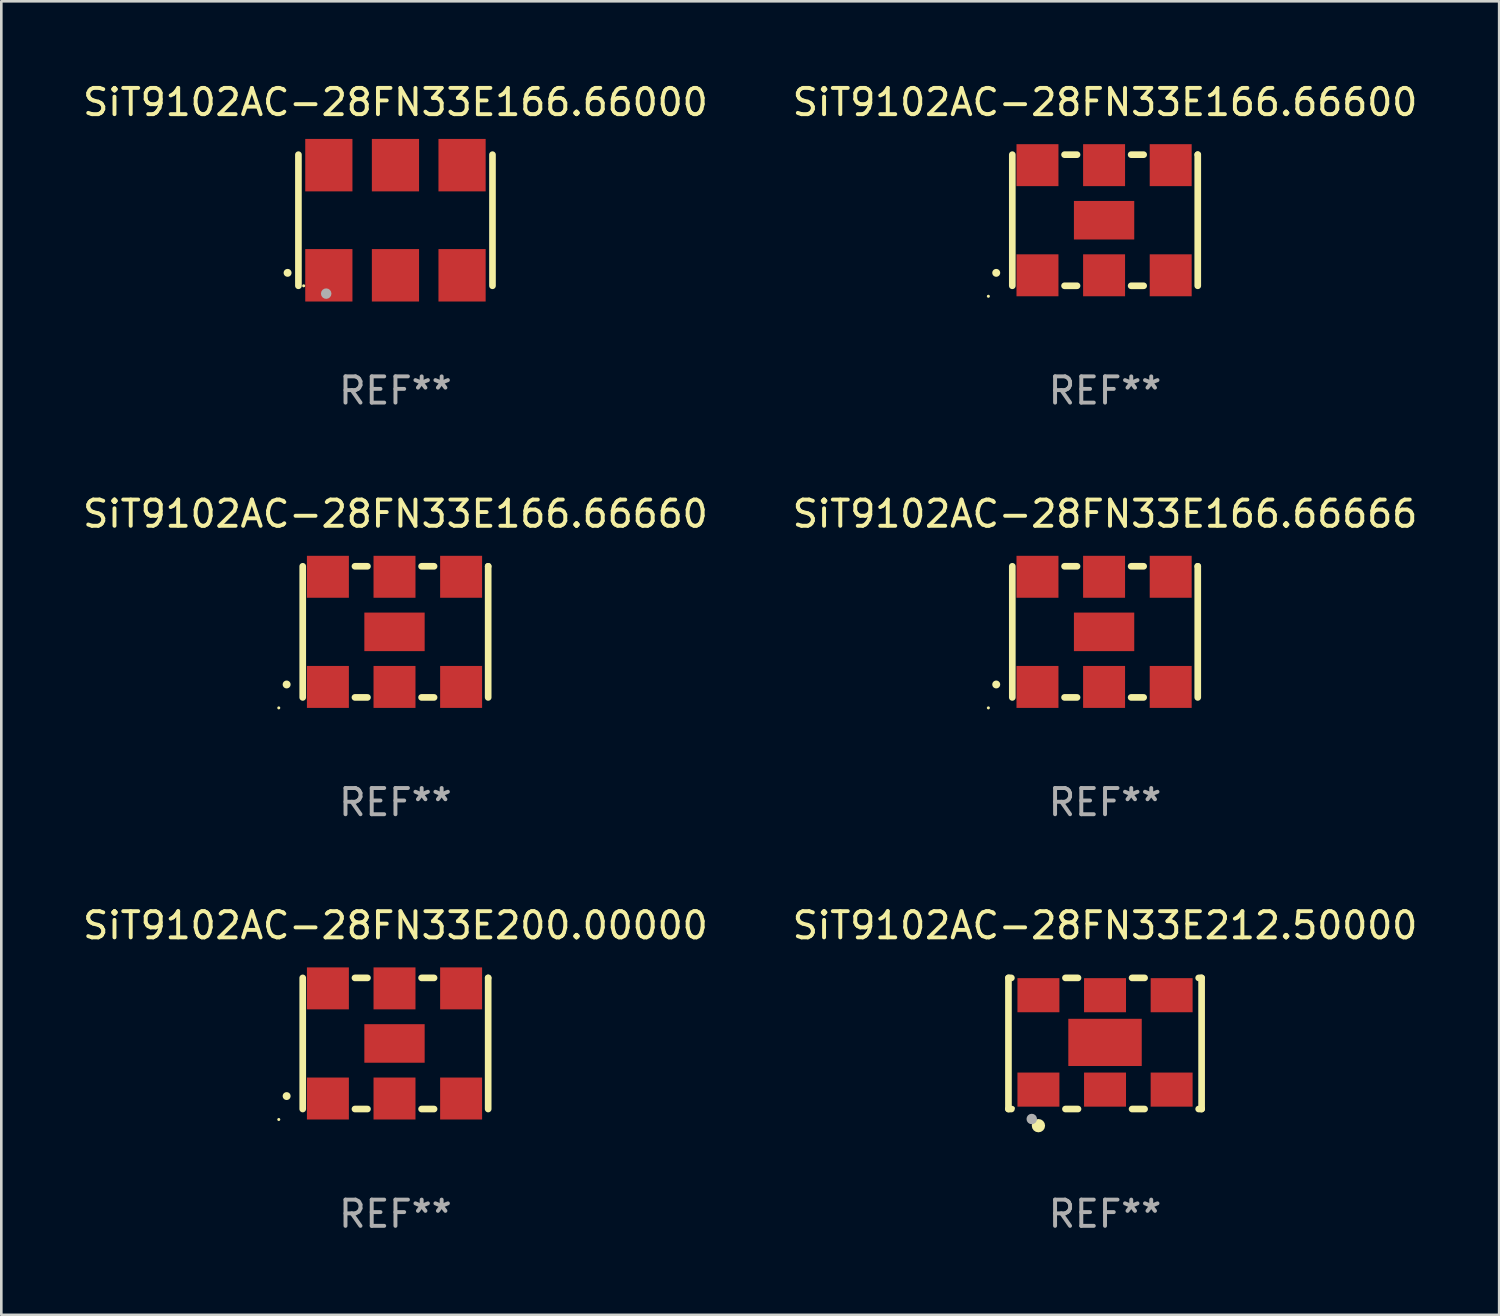
<source format=kicad_pcb>
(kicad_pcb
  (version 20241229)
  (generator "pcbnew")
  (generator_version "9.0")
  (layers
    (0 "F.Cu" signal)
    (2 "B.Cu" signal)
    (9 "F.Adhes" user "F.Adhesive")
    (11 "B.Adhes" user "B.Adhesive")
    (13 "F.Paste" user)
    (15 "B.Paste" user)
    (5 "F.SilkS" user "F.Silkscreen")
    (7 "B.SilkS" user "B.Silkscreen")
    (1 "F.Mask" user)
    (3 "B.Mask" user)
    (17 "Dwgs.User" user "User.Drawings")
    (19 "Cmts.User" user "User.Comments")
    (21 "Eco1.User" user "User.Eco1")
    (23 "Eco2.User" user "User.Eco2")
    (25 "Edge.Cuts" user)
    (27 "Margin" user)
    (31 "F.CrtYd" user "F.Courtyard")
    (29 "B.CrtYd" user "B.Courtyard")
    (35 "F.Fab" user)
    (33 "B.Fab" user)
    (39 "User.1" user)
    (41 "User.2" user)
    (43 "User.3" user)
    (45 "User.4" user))
  (footprint "SiT9102AC-28FN33E200.00000"
    (layer "F.Cu")
    (at 12.03 36.741)
    (property "Reference" "SiT9102AC-28FN33E200.00000" (at 0 -4.5 0) (layer "F.SilkS") (effects (font (size 1 1) (thickness 0.15))))
    (attr through_hole)
    (fp_line (start -3.536 -2.5) (end -3.536 2.5) (stroke (width 0.254) (type solid)) (layer "F.SilkS"))
    (fp_line (start -1.544 2.5) (end -1.067 2.5) (stroke (width 0.254) (type solid)) (layer "F.SilkS"))
    (fp_line (start -1.067 -2.5) (end -1.544 -2.5) (stroke (width 0.254) (type solid)) (layer "F.SilkS"))
    (fp_line (start 0.996 2.5) (end 1.473 2.5) (stroke (width 0.254) (type solid)) (layer "F.SilkS"))
    (fp_line (start 1.473 -2.5) (end 0.996 -2.5) (stroke (width 0.254) (type solid)) (layer "F.SilkS"))
    (fp_line (start 3.536 -2.5) (end 3.536 -2.5) (stroke (width 0.254) (type solid)) (layer "F.SilkS"))
    (fp_line (start 3.536 2.5) (end 3.536 -2.5) (stroke (width 0.254) (type solid)) (layer "F.SilkS"))
    (fp_arc (start -4.150432 2.006604) (mid -4.149162 2.006599) (end -4.147892 2.006604) (stroke (width 0.3) (type solid)) (layer "F.SilkS"))
    (fp_circle (center -4.449 2.9) (end -4.419 2.9) (stroke (width 0.06) (type solid)) (fill no) (layer "F.SilkS"))
    (fp_text user "REF**" (at 0 6.5 0) (layer "F.Fab") (effects (font (size 1 1) (thickness 0.15))))
    (pad "1" smd rect (at -2.576 2.1) (size 1.6 1.6) (layers "F.Cu" "F.Mask" "F.Paste"))
    (pad "2" smd rect (at -0.036 2.1) (size 1.6 1.6) (layers "F.Cu" "F.Mask" "F.Paste"))
    (pad "3" smd rect (at 2.504 2.1) (size 1.6 1.6) (layers "F.Cu" "F.Mask" "F.Paste"))
    (pad "4" smd rect (at 2.504 -2.1) (size 1.6 1.6) (layers "F.Cu" "F.Mask" "F.Paste"))
    (pad "5" smd rect (at -0.036 -2.1) (size 1.6 1.6) (layers "F.Cu" "F.Mask" "F.Paste"))
    (pad "6" smd rect (at -2.576 -2.1) (size 1.6 1.6) (layers "F.Cu" "F.Mask" "F.Paste"))
    (pad "7" smd rect (at -0.036 0) (size 2.3 1.47) (layers "F.Cu" "F.Mask" "F.Paste")))
  (footprint "SiT9102AC-28FN33E166.66660"
    (layer "F.Cu")
    (at 12.03 21.045)
    (property "Reference" "SiT9102AC-28FN33E166.66660" (at 0 -4.5 0) (layer "F.SilkS") (effects (font (size 1 1) (thickness 0.15))))
    (attr through_hole)
    (fp_line (start -3.536 -2.5) (end -3.536 2.5) (stroke (width 0.254) (type solid)) (layer "F.SilkS"))
    (fp_line (start -1.544 2.5) (end -1.067 2.5) (stroke (width 0.254) (type solid)) (layer "F.SilkS"))
    (fp_line (start -1.067 -2.5) (end -1.544 -2.5) (stroke (width 0.254) (type solid)) (layer "F.SilkS"))
    (fp_line (start 0.996 2.5) (end 1.473 2.5) (stroke (width 0.254) (type solid)) (layer "F.SilkS"))
    (fp_line (start 1.473 -2.5) (end 0.996 -2.5) (stroke (width 0.254) (type solid)) (layer "F.SilkS"))
    (fp_line (start 3.536 -2.5) (end 3.536 -2.5) (stroke (width 0.254) (type solid)) (layer "F.SilkS"))
    (fp_line (start 3.536 2.5) (end 3.536 -2.5) (stroke (width 0.254) (type solid)) (layer "F.SilkS"))
    (fp_arc (start -4.150432 2.006604) (mid -4.149162 2.006599) (end -4.147892 2.006604) (stroke (width 0.3) (type solid)) (layer "F.SilkS"))
    (fp_circle (center -4.449 2.9) (end -4.419 2.9) (stroke (width 0.06) (type solid)) (fill no) (layer "F.SilkS"))
    (fp_text user "REF**" (at 0 6.5 0) (layer "F.Fab") (effects (font (size 1 1) (thickness 0.15))))
    (pad "1" smd rect (at -2.576 2.1) (size 1.6 1.6) (layers "F.Cu" "F.Mask" "F.Paste"))
    (pad "2" smd rect (at -0.036 2.1) (size 1.6 1.6) (layers "F.Cu" "F.Mask" "F.Paste"))
    (pad "3" smd rect (at 2.504 2.1) (size 1.6 1.6) (layers "F.Cu" "F.Mask" "F.Paste"))
    (pad "4" smd rect (at 2.504 -2.1) (size 1.6 1.6) (layers "F.Cu" "F.Mask" "F.Paste"))
    (pad "5" smd rect (at -0.036 -2.1) (size 1.6 1.6) (layers "F.Cu" "F.Mask" "F.Paste"))
    (pad "6" smd rect (at -2.576 -2.1) (size 1.6 1.6) (layers "F.Cu" "F.Mask" "F.Paste"))
    (pad "7" smd rect (at -0.036 0) (size 2.3 1.47) (layers "F.Cu" "F.Mask" "F.Paste")))
  (footprint "SiT9102AC-28FN33E212.50000"
    (layer "F.Cu")
    (at 39.089 36.741)
    (property "Reference" "SiT9102AC-28FN33E212.50000" (at 0 -4.5 0) (layer "F.SilkS") (effects (font (size 1 1) (thickness 0.15))))
    (attr through_hole)
    (fp_line (start -3.683 -2.5) (end -3.571 -2.5) (stroke (width 0.254) (type solid)) (layer "F.SilkS"))
    (fp_line (start -3.683 2.5) (end -3.683 -2.5) (stroke (width 0.254) (type solid)) (layer "F.SilkS"))
    (fp_line (start -3.683 2.5) (end -3.571 2.5) (stroke (width 0.254) (type solid)) (layer "F.SilkS"))
    (fp_line (start -1.509 -2.5) (end -1.031 -2.5) (stroke (width 0.254) (type solid)) (layer "F.SilkS"))
    (fp_line (start -1.509 2.5) (end -1.031 2.5) (stroke (width 0.254) (type solid)) (layer "F.SilkS"))
    (fp_line (start 1.031 -2.5) (end 1.509 -2.5) (stroke (width 0.254) (type solid)) (layer "F.SilkS"))
    (fp_line (start 1.031 2.5) (end 1.509 2.5) (stroke (width 0.254) (type solid)) (layer "F.SilkS"))
    (fp_line (start 3.571 -2.5) (end 3.683 -2.5) (stroke (width 0.254) (type solid)) (layer "F.SilkS"))
    (fp_line (start 3.571 2.5) (end 3.683 2.5) (stroke (width 0.254) (type solid)) (layer "F.SilkS"))
    (fp_line (start 3.683 2.5) (end 3.683 -2.5) (stroke (width 0.254) (type solid)) (layer "F.SilkS"))
    (fp_circle (center -3.5 2.46) (end -3.47 2.46) (stroke (width 0.06) (type solid)) (fill no) (layer "F.SilkS"))
    (fp_circle (center -2.54 3.135) (end -2.413 3.135) (stroke (width 0.254) (type solid)) (fill no) (layer "F.SilkS"))
    (fp_circle (center -2.794 2.881) (end -2.694 2.881) (stroke (width 0.2) (type solid)) (fill no) (layer "F.Fab"))
    (fp_text user "REF**" (at 0 6.5 0) (layer "F.Fab") (effects (font (size 1 1) (thickness 0.15))))
    (pad "1" smd rect (at -2.54 1.76) (size 1.6 1.3) (layers "F.Cu" "F.Mask" "F.Paste"))
    (pad "2" smd rect (at 0 1.76) (size 1.6 1.3) (layers "F.Cu" "F.Mask" "F.Paste"))
    (pad "3" smd rect (at 2.54 1.76) (size 1.6 1.3) (layers "F.Cu" "F.Mask" "F.Paste"))
    (pad "4" smd rect (at 2.54 -1.84) (size 1.6 1.3) (layers "F.Cu" "F.Mask" "F.Paste"))
    (pad "5" smd rect (at 0 -1.84) (size 1.6 1.3) (layers "F.Cu" "F.Mask" "F.Paste"))
    (pad "6" smd rect (at -2.54 -1.84) (size 1.6 1.3) (layers "F.Cu" "F.Mask" "F.Paste"))
    (pad "7" smd rect (at 0 -0.04) (size 2.8 1.8) (layers "F.Cu" "F.Mask" "F.Paste")))
  (footprint "SiT9102AC-28FN33E166.66600"
    (layer "F.Cu")
    (at 39.089 5.348)
    (property "Reference" "SiT9102AC-28FN33E166.66600" (at 0 -4.5 0) (layer "F.SilkS") (effects (font (size 1 1) (thickness 0.15))))
    (attr through_hole)
    (fp_line (start -3.536 -2.5) (end -3.536 2.5) (stroke (width 0.254) (type solid)) (layer "F.SilkS"))
    (fp_line (start -1.544 2.5) (end -1.067 2.5) (stroke (width 0.254) (type solid)) (layer "F.SilkS"))
    (fp_line (start -1.067 -2.5) (end -1.544 -2.5) (stroke (width 0.254) (type solid)) (layer "F.SilkS"))
    (fp_line (start 0.996 2.5) (end 1.473 2.5) (stroke (width 0.254) (type solid)) (layer "F.SilkS"))
    (fp_line (start 1.473 -2.5) (end 0.996 -2.5) (stroke (width 0.254) (type solid)) (layer "F.SilkS"))
    (fp_line (start 3.536 -2.5) (end 3.536 -2.5) (stroke (width 0.254) (type solid)) (layer "F.SilkS"))
    (fp_line (start 3.536 2.5) (end 3.536 -2.5) (stroke (width 0.254) (type solid)) (layer "F.SilkS"))
    (fp_arc (start -4.150432 2.006604) (mid -4.149162 2.006599) (end -4.147892 2.006604) (stroke (width 0.3) (type solid)) (layer "F.SilkS"))
    (fp_circle (center -4.449 2.9) (end -4.419 2.9) (stroke (width 0.06) (type solid)) (fill no) (layer "F.SilkS"))
    (fp_text user "REF**" (at 0 6.5 0) (layer "F.Fab") (effects (font (size 1 1) (thickness 0.15))))
    (pad "1" smd rect (at -2.576 2.1) (size 1.6 1.6) (layers "F.Cu" "F.Mask" "F.Paste"))
    (pad "2" smd rect (at -0.036 2.1) (size 1.6 1.6) (layers "F.Cu" "F.Mask" "F.Paste"))
    (pad "3" smd rect (at 2.504 2.1) (size 1.6 1.6) (layers "F.Cu" "F.Mask" "F.Paste"))
    (pad "4" smd rect (at 2.504 -2.1) (size 1.6 1.6) (layers "F.Cu" "F.Mask" "F.Paste"))
    (pad "5" smd rect (at -0.036 -2.1) (size 1.6 1.6) (layers "F.Cu" "F.Mask" "F.Paste"))
    (pad "6" smd rect (at -2.576 -2.1) (size 1.6 1.6) (layers "F.Cu" "F.Mask" "F.Paste"))
    (pad "7" smd rect (at -0.036 0) (size 2.3 1.47) (layers "F.Cu" "F.Mask" "F.Paste")))
  (footprint "SiT9102AC-28FN33E166.66666"
    (layer "F.Cu")
    (at 39.089 21.045)
    (property "Reference" "SiT9102AC-28FN33E166.66666" (at 0 -4.5 0) (layer "F.SilkS") (effects (font (size 1 1) (thickness 0.15))))
    (attr through_hole)
    (fp_line (start -3.536 -2.5) (end -3.536 2.5) (stroke (width 0.254) (type solid)) (layer "F.SilkS"))
    (fp_line (start -1.544 2.5) (end -1.067 2.5) (stroke (width 0.254) (type solid)) (layer "F.SilkS"))
    (fp_line (start -1.067 -2.5) (end -1.544 -2.5) (stroke (width 0.254) (type solid)) (layer "F.SilkS"))
    (fp_line (start 0.996 2.5) (end 1.473 2.5) (stroke (width 0.254) (type solid)) (layer "F.SilkS"))
    (fp_line (start 1.473 -2.5) (end 0.996 -2.5) (stroke (width 0.254) (type solid)) (layer "F.SilkS"))
    (fp_line (start 3.536 -2.5) (end 3.536 -2.5) (stroke (width 0.254) (type solid)) (layer "F.SilkS"))
    (fp_line (start 3.536 2.5) (end 3.536 -2.5) (stroke (width 0.254) (type solid)) (layer "F.SilkS"))
    (fp_arc (start -4.150432 2.006604) (mid -4.149162 2.006599) (end -4.147892 2.006604) (stroke (width 0.3) (type solid)) (layer "F.SilkS"))
    (fp_circle (center -4.449 2.9) (end -4.419 2.9) (stroke (width 0.06) (type solid)) (fill no) (layer "F.SilkS"))
    (fp_text user "REF**" (at 0 6.5 0) (layer "F.Fab") (effects (font (size 1 1) (thickness 0.15))))
    (pad "1" smd rect (at -2.576 2.1) (size 1.6 1.6) (layers "F.Cu" "F.Mask" "F.Paste"))
    (pad "2" smd rect (at -0.036 2.1) (size 1.6 1.6) (layers "F.Cu" "F.Mask" "F.Paste"))
    (pad "3" smd rect (at 2.504 2.1) (size 1.6 1.6) (layers "F.Cu" "F.Mask" "F.Paste"))
    (pad "4" smd rect (at 2.504 -2.1) (size 1.6 1.6) (layers "F.Cu" "F.Mask" "F.Paste"))
    (pad "5" smd rect (at -0.036 -2.1) (size 1.6 1.6) (layers "F.Cu" "F.Mask" "F.Paste"))
    (pad "6" smd rect (at -2.576 -2.1) (size 1.6 1.6) (layers "F.Cu" "F.Mask" "F.Paste"))
    (pad "7" smd rect (at -0.036 0) (size 2.3 1.47) (layers "F.Cu" "F.Mask" "F.Paste")))
  (footprint "SiT9102AC-28FN33E166.66000"
    (layer "F.Cu")
    (at 12.03 5.348)
    (property "Reference" "SiT9102AC-28FN33E166.66000" (at 0 -4.5 0) (layer "F.SilkS") (effects (font (size 1 1) (thickness 0.15))))
    (attr through_hole)
    (fp_line (start -3.7 -2.5) (end -3.7 2.5) (stroke (width 0.254) (type solid)) (layer "F.SilkS"))
    (fp_line (start 3.7 -2.5) (end 3.7 2.5) (stroke (width 0.254) (type solid)) (layer "F.SilkS"))
    (fp_arc (start -4.114415 2.006604) (mid -4.113145 2.006599) (end -4.111875 2.006604) (stroke (width 0.3) (type solid)) (layer "F.SilkS"))
    (fp_circle (center -3.5 2.501) (end -3.47 2.501) (stroke (width 0.06) (type solid)) (fill no) (layer "F.SilkS"))
    (fp_circle (center -2.641 2.799) (end -2.541 2.799) (stroke (width 0.2) (type solid)) (fill no) (layer "F.Fab"))
    (fp_text user "REF**" (at 0 6.5 0) (layer "F.Fab") (effects (font (size 1 1) (thickness 0.15))))
    (pad "1" smd rect (at -2.54 2.1) (size 1.8 2) (layers "F.Cu" "F.Mask" "F.Paste"))
    (pad "2" smd rect (at 0.000394 2.1) (size 1.8 2) (layers "F.Cu" "F.Mask" "F.Paste"))
    (pad "3" smd rect (at 2.54 2.1) (size 1.8 2) (layers "F.Cu" "F.Mask" "F.Paste"))
    (pad "4" smd rect (at 2.54 -2.1) (size 1.8 2) (layers "F.Cu" "F.Mask" "F.Paste"))
    (pad "5" smd rect (at 0.000394 -2.1) (size 1.8 2) (layers "F.Cu" "F.Mask" "F.Paste"))
    (pad "6" smd rect (at -2.54 -2.1) (size 1.8 2) (layers "F.Cu" "F.Mask" "F.Paste")))
  (gr_rect
    (start -3 -3)
    (end 54.119 47.09)
    (stroke (width 0.1) (type default))
    (fill no)
    (layer "Edge.Cuts")))
</source>
